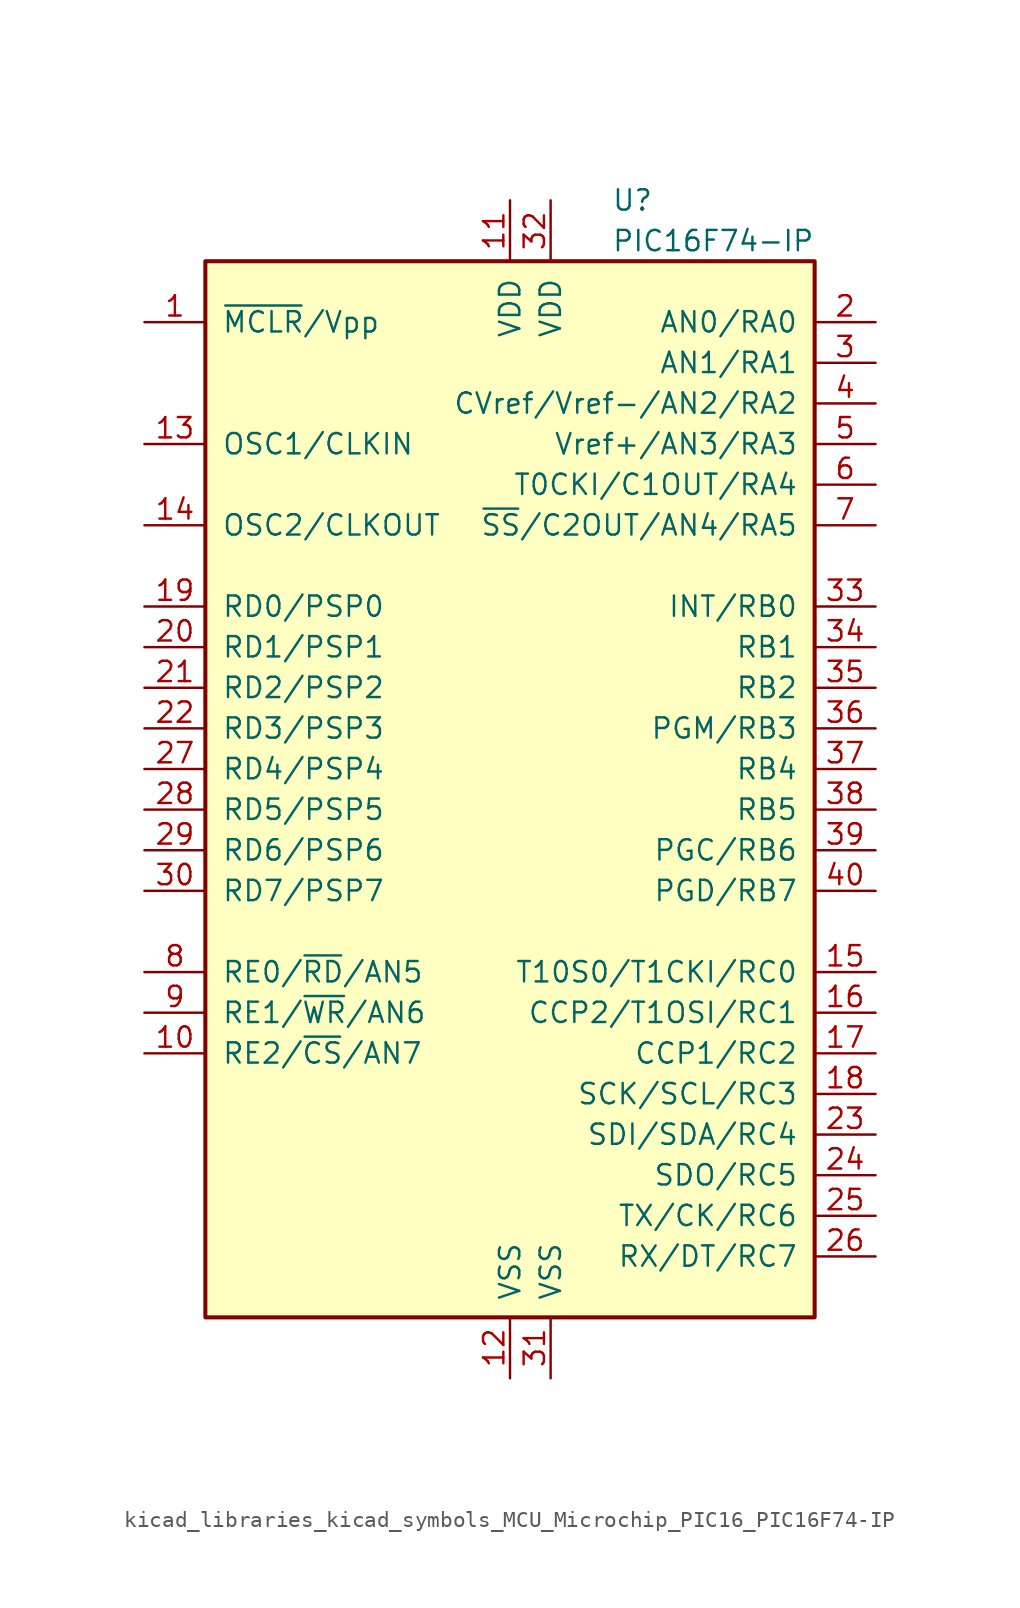
<source format=kicad_sym>
(kicad_symbol_lib
  (version 20220914)
  (generator kicad_symbol_editor)
  (symbol "kicad_libraries_kicad_symbols_MCU_Microchip_PIC16_PIC16F74-IP"
    (pin_names
      (offset 1.016))
    (property "Reference" "U"
      (at 6.35 35.56 0)
      (effects (font (size 1.27 1.27)) (justify left)))
    (property "Value" "PIC16F74-IP"
      (at 6.35 33.02 0)
      (effects (font (size 1.27 1.27)) (justify left)))
    (symbol "kicad_libraries_kicad_symbols_MCU_Microchip_PIC16_PIC16F74-IP_0_1"
      (rectangle (start -19.05 -34.29) (end 19.05 31.75) (stroke (width 0.254) (type default)) (fill (type background))))
    (symbol "kicad_libraries_kicad_symbols_MCU_Microchip_PIC16_PIC16F74-IP_1_1"
      (pin input line (at -22.86 27.94 0) (length 3.81) (name "~{MCLR}/Vpp" (effects (font (size 1.27 1.27)))) (number "1" (effects (font (size 1.27 1.27)))))
      (pin bidirectional line (at -22.86 -17.78 0) (length 3.81) (name "RE2/~{CS}/AN7" (effects (font (size 1.27 1.27)))) (number "10" (effects (font (size 1.27 1.27)))))
      (pin power_in line (at 0 35.56 270) (length 3.81) (name "VDD" (effects (font (size 1.27 1.27)))) (number "11" (effects (font (size 1.27 1.27)))))
      (pin power_in line (at 0 -38.1 90) (length 3.81) (name "VSS" (effects (font (size 1.27 1.27)))) (number "12" (effects (font (size 1.27 1.27)))))
      (pin input line (at -22.86 20.32 0) (length 3.81) (name "OSC1/CLKIN" (effects (font (size 1.27 1.27)))) (number "13" (effects (font (size 1.27 1.27)))))
      (pin output line (at -22.86 15.24 0) (length 3.81) (name "OSC2/CLKOUT" (effects (font (size 1.27 1.27)))) (number "14" (effects (font (size 1.27 1.27)))))
      (pin bidirectional line (at 22.86 -12.7 180) (length 3.81) (name "T10S0/T1CKI/RC0" (effects (font (size 1.27 1.27)))) (number "15" (effects (font (size 1.27 1.27)))))
      (pin bidirectional line (at 22.86 -15.24 180) (length 3.81) (name "CCP2/T1OSI/RC1" (effects (font (size 1.27 1.27)))) (number "16" (effects (font (size 1.27 1.27)))))
      (pin bidirectional line (at 22.86 -17.78 180) (length 3.81) (name "CCP1/RC2" (effects (font (size 1.27 1.27)))) (number "17" (effects (font (size 1.27 1.27)))))
      (pin bidirectional line (at 22.86 -20.32 180) (length 3.81) (name "SCK/SCL/RC3" (effects (font (size 1.27 1.27)))) (number "18" (effects (font (size 1.27 1.27)))))
      (pin bidirectional line (at -22.86 10.16 0) (length 3.81) (name "RD0/PSP0" (effects (font (size 1.27 1.27)))) (number "19" (effects (font (size 1.27 1.27)))))
      (pin bidirectional line (at 22.86 27.94 180) (length 3.81) (name "AN0/RA0" (effects (font (size 1.27 1.27)))) (number "2" (effects (font (size 1.27 1.27)))))
      (pin bidirectional line (at -22.86 7.62 0) (length 3.81) (name "RD1/PSP1" (effects (font (size 1.27 1.27)))) (number "20" (effects (font (size 1.27 1.27)))))
      (pin bidirectional line (at -22.86 5.08 0) (length 3.81) (name "RD2/PSP2" (effects (font (size 1.27 1.27)))) (number "21" (effects (font (size 1.27 1.27)))))
      (pin bidirectional line (at -22.86 2.54 0) (length 3.81) (name "RD3/PSP3" (effects (font (size 1.27 1.27)))) (number "22" (effects (font (size 1.27 1.27)))))
      (pin bidirectional line (at 22.86 -22.86 180) (length 3.81) (name "SDI/SDA/RC4" (effects (font (size 1.27 1.27)))) (number "23" (effects (font (size 1.27 1.27)))))
      (pin bidirectional line (at 22.86 -25.4 180) (length 3.81) (name "SDO/RC5" (effects (font (size 1.27 1.27)))) (number "24" (effects (font (size 1.27 1.27)))))
      (pin bidirectional line (at 22.86 -27.94 180) (length 3.81) (name "TX/CK/RC6" (effects (font (size 1.27 1.27)))) (number "25" (effects (font (size 1.27 1.27)))))
      (pin bidirectional line (at 22.86 -30.48 180) (length 3.81) (name "RX/DT/RC7" (effects (font (size 1.27 1.27)))) (number "26" (effects (font (size 1.27 1.27)))))
      (pin bidirectional line (at -22.86 0 0) (length 3.81) (name "RD4/PSP4" (effects (font (size 1.27 1.27)))) (number "27" (effects (font (size 1.27 1.27)))))
      (pin bidirectional line (at -22.86 -2.54 0) (length 3.81) (name "RD5/PSP5" (effects (font (size 1.27 1.27)))) (number "28" (effects (font (size 1.27 1.27)))))
      (pin bidirectional line (at -22.86 -5.08 0) (length 3.81) (name "RD6/PSP6" (effects (font (size 1.27 1.27)))) (number "29" (effects (font (size 1.27 1.27)))))
      (pin bidirectional line (at 22.86 25.4 180) (length 3.81) (name "AN1/RA1" (effects (font (size 1.27 1.27)))) (number "3" (effects (font (size 1.27 1.27)))))
      (pin bidirectional line (at -22.86 -7.62 0) (length 3.81) (name "RD7/PSP7" (effects (font (size 1.27 1.27)))) (number "30" (effects (font (size 1.27 1.27)))))
      (pin power_in line (at 2.54 -38.1 90) (length 3.81) (name "VSS" (effects (font (size 1.27 1.27)))) (number "31" (effects (font (size 1.27 1.27)))))
      (pin power_in line (at 2.54 35.56 270) (length 3.81) (name "VDD" (effects (font (size 1.27 1.27)))) (number "32" (effects (font (size 1.27 1.27)))))
      (pin bidirectional line (at 22.86 10.16 180) (length 3.81) (name "INT/RB0" (effects (font (size 1.27 1.27)))) (number "33" (effects (font (size 1.27 1.27)))))
      (pin bidirectional line (at 22.86 7.62 180) (length 3.81) (name "RB1" (effects (font (size 1.27 1.27)))) (number "34" (effects (font (size 1.27 1.27)))))
      (pin bidirectional line (at 22.86 5.08 180) (length 3.81) (name "RB2" (effects (font (size 1.27 1.27)))) (number "35" (effects (font (size 1.27 1.27)))))
      (pin bidirectional line (at 22.86 2.54 180) (length 3.81) (name "PGM/RB3" (effects (font (size 1.27 1.27)))) (number "36" (effects (font (size 1.27 1.27)))))
      (pin bidirectional line (at 22.86 0 180) (length 3.81) (name "RB4" (effects (font (size 1.27 1.27)))) (number "37" (effects (font (size 1.27 1.27)))))
      (pin bidirectional line (at 22.86 -2.54 180) (length 3.81) (name "RB5" (effects (font (size 1.27 1.27)))) (number "38" (effects (font (size 1.27 1.27)))))
      (pin bidirectional line (at 22.86 -5.08 180) (length 3.81) (name "PGC/RB6" (effects (font (size 1.27 1.27)))) (number "39" (effects (font (size 1.27 1.27)))))
      (pin bidirectional line (at 22.86 22.86 180) (length 3.81) (name "CVref/Vref-/AN2/RA2" (effects (font (size 1.27 1.27)))) (number "4" (effects (font (size 1.27 1.27)))))
      (pin bidirectional line (at 22.86 -7.62 180) (length 3.81) (name "PGD/RB7" (effects (font (size 1.27 1.27)))) (number "40" (effects (font (size 1.27 1.27)))))
      (pin bidirectional line (at 22.86 20.32 180) (length 3.81) (name "Vref+/AN3/RA3" (effects (font (size 1.27 1.27)))) (number "5" (effects (font (size 1.27 1.27)))))
      (pin bidirectional line (at 22.86 17.78 180) (length 3.81) (name "T0CKI/C1OUT/RA4" (effects (font (size 1.27 1.27)))) (number "6" (effects (font (size 1.27 1.27)))))
      (pin bidirectional line (at 22.86 15.24 180) (length 3.81) (name "~{SS}/C2OUT/AN4/RA5" (effects (font (size 1.27 1.27)))) (number "7" (effects (font (size 1.27 1.27)))))
      (pin bidirectional line (at -22.86 -12.7 0) (length 3.81) (name "RE0/~{RD}/AN5" (effects (font (size 1.27 1.27)))) (number "8" (effects (font (size 1.27 1.27)))))
      (pin bidirectional line (at -22.86 -15.24 0) (length 3.81) (name "RE1/~{WR}/AN6" (effects (font (size 1.27 1.27)))) (number "9" (effects (font (size 1.27 1.27))))))))
</source>
